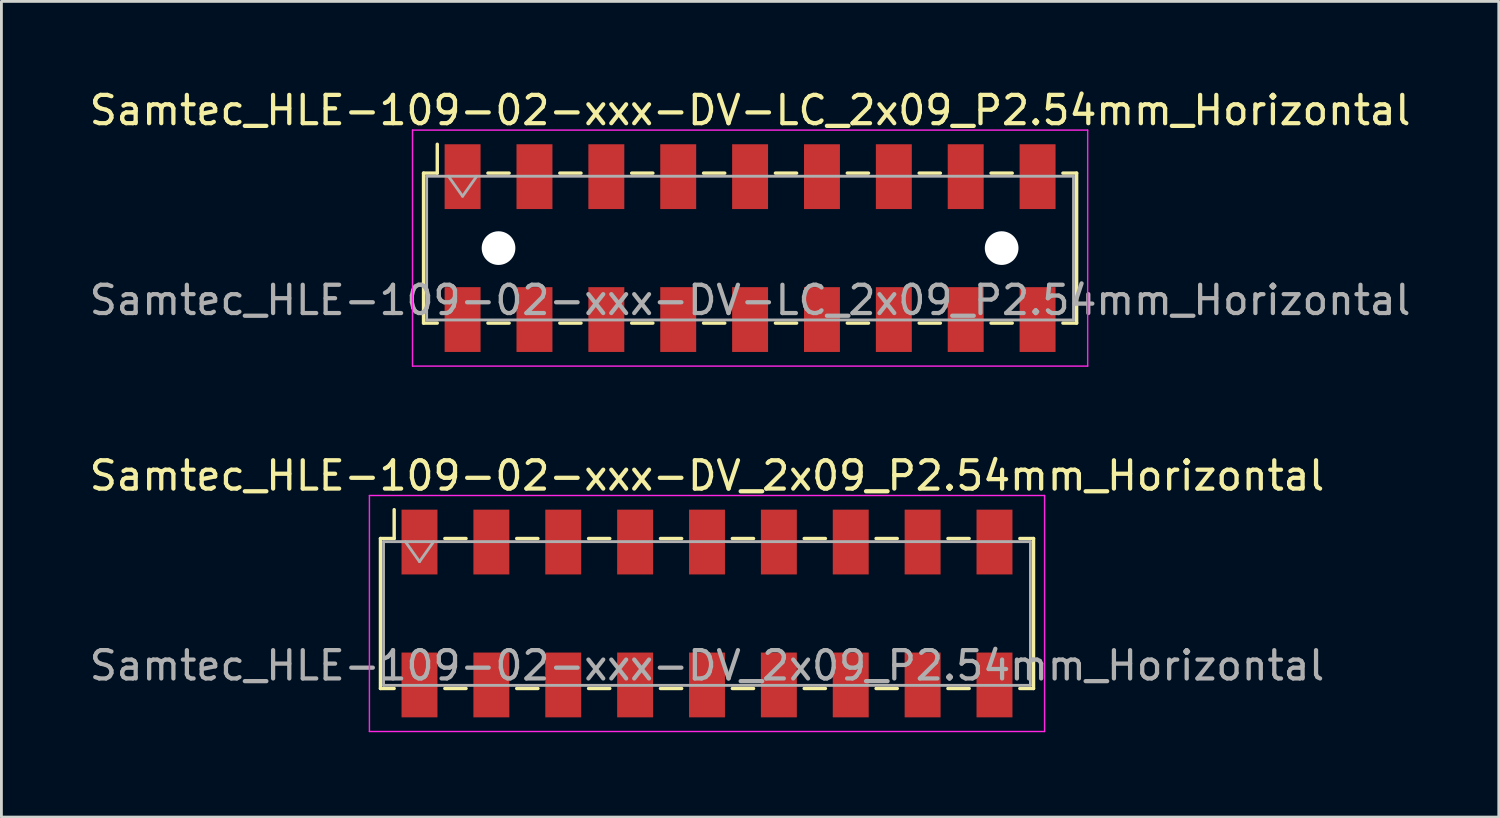
<source format=kicad_pcb>
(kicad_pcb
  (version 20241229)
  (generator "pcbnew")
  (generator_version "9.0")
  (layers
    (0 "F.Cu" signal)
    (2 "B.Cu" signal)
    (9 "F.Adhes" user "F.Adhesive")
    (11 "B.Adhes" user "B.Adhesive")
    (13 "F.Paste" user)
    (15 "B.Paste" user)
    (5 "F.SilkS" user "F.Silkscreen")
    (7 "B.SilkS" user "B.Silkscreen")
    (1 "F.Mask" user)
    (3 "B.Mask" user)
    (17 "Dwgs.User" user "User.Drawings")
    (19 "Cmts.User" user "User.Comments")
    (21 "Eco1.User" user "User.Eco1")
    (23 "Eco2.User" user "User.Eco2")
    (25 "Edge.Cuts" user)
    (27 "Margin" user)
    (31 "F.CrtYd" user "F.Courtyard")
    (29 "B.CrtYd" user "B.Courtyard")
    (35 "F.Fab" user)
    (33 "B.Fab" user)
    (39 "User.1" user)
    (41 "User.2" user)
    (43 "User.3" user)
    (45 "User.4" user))
  (footprint "Samtec_HLE-109-02-xxx-DV_2x09_P2.54mm_Horizontal"
    (layer "F.Cu")
    (at 21.935 18.631)
    (property "Reference" "Samtec_HLE-109-02-xxx-DV_2x09_P2.54mm_Horizontal" (at 0 -4.87 0) (layer "F.SilkS") (effects (font (size 1 1) (thickness 0.15))))
    (attr smd)
    (fp_line (start -11.54 -2.65) (end -11.54 2.65) (stroke (width 0.12) (type solid)) (layer "F.SilkS"))
    (fp_line (start -11.54 2.65) (end -11.055 2.65) (stroke (width 0.12) (type solid)) (layer "F.SilkS"))
    (fp_line (start -11.055 -3.67) (end -11.055 -2.65) (stroke (width 0.12) (type solid)) (layer "F.SilkS"))
    (fp_line (start -11.055 -2.65) (end -11.54 -2.65) (stroke (width 0.12) (type solid)) (layer "F.SilkS"))
    (fp_line (start -9.265 -2.65) (end -8.515 -2.65) (stroke (width 0.12) (type solid)) (layer "F.SilkS"))
    (fp_line (start -9.265 2.65) (end -8.515 2.65) (stroke (width 0.12) (type solid)) (layer "F.SilkS"))
    (fp_line (start -6.725 -2.65) (end -5.975 -2.65) (stroke (width 0.12) (type solid)) (layer "F.SilkS"))
    (fp_line (start -6.725 2.65) (end -5.975 2.65) (stroke (width 0.12) (type solid)) (layer "F.SilkS"))
    (fp_line (start -4.185 -2.65) (end -3.435 -2.65) (stroke (width 0.12) (type solid)) (layer "F.SilkS"))
    (fp_line (start -4.185 2.65) (end -3.435 2.65) (stroke (width 0.12) (type solid)) (layer "F.SilkS"))
    (fp_line (start -1.645 -2.65) (end -0.895 -2.65) (stroke (width 0.12) (type solid)) (layer "F.SilkS"))
    (fp_line (start -1.645 2.65) (end -0.895 2.65) (stroke (width 0.12) (type solid)) (layer "F.SilkS"))
    (fp_line (start 0.895 -2.65) (end 1.645 -2.65) (stroke (width 0.12) (type solid)) (layer "F.SilkS"))
    (fp_line (start 0.895 2.65) (end 1.645 2.65) (stroke (width 0.12) (type solid)) (layer "F.SilkS"))
    (fp_line (start 3.435 -2.65) (end 4.185 -2.65) (stroke (width 0.12) (type solid)) (layer "F.SilkS"))
    (fp_line (start 3.435 2.65) (end 4.185 2.65) (stroke (width 0.12) (type solid)) (layer "F.SilkS"))
    (fp_line (start 5.975 -2.65) (end 6.725 -2.65) (stroke (width 0.12) (type solid)) (layer "F.SilkS"))
    (fp_line (start 5.975 2.65) (end 6.725 2.65) (stroke (width 0.12) (type solid)) (layer "F.SilkS"))
    (fp_line (start 8.515 -2.65) (end 9.265 -2.65) (stroke (width 0.12) (type solid)) (layer "F.SilkS"))
    (fp_line (start 8.515 2.65) (end 9.265 2.65) (stroke (width 0.12) (type solid)) (layer "F.SilkS"))
    (fp_line (start 11.055 -2.65) (end 11.54 -2.65) (stroke (width 0.12) (type solid)) (layer "F.SilkS"))
    (fp_line (start 11.54 -2.65) (end 11.54 2.65) (stroke (width 0.12) (type solid)) (layer "F.SilkS"))
    (fp_line (start 11.54 2.65) (end 11.055 2.65) (stroke (width 0.12) (type solid)) (layer "F.SilkS"))
    (fp_line (start -11.93 -4.17) (end 11.93 -4.17) (stroke (width 0.05) (type solid)) (layer "F.CrtYd"))
    (fp_line (start -11.93 4.17) (end -11.93 -4.17) (stroke (width 0.05) (type solid)) (layer "F.CrtYd"))
    (fp_line (start 11.93 -4.17) (end 11.93 4.17) (stroke (width 0.05) (type solid)) (layer "F.CrtYd"))
    (fp_line (start 11.93 4.17) (end -11.93 4.17) (stroke (width 0.05) (type solid)) (layer "F.CrtYd"))
    (fp_line (start -11.43 -2.54) (end 11.43 -2.54) (stroke (width 0.1) (type solid)) (layer "F.Fab"))
    (fp_line (start -11.43 2.54) (end -11.43 -2.54) (stroke (width 0.1) (type solid)) (layer "F.Fab"))
    (fp_line (start -10.66 -2.54) (end -10.16 -1.833) (stroke (width 0.1) (type solid)) (layer "F.Fab"))
    (fp_line (start -10.16 -1.833) (end -9.66 -2.54) (stroke (width 0.1) (type solid)) (layer "F.Fab"))
    (fp_line (start 11.43 -2.54) (end 11.43 2.54) (stroke (width 0.1) (type solid)) (layer "F.Fab"))
    (fp_line (start 11.43 2.54) (end -11.43 2.54) (stroke (width 0.1) (type solid)) (layer "F.Fab"))
    (fp_text user "${REFERENCE}" (at 0 1.84 0) (layer "F.Fab") (effects (font (size 1 1) (thickness 0.15))))
    (pad "1" smd rect (at -10.16 -2.525) (size 1.27 2.29) (layers "F.Cu" "F.Mask" "F.Paste"))
    (pad "2" smd rect (at -10.16 2.525) (size 1.27 2.29) (layers "F.Cu" "F.Mask" "F.Paste"))
    (pad "3" smd rect (at -7.62 -2.525) (size 1.27 2.29) (layers "F.Cu" "F.Mask" "F.Paste"))
    (pad "4" smd rect (at -7.62 2.525) (size 1.27 2.29) (layers "F.Cu" "F.Mask" "F.Paste"))
    (pad "5" smd rect (at -5.08 -2.525) (size 1.27 2.29) (layers "F.Cu" "F.Mask" "F.Paste"))
    (pad "6" smd rect (at -5.08 2.525) (size 1.27 2.29) (layers "F.Cu" "F.Mask" "F.Paste"))
    (pad "7" smd rect (at -2.54 -2.525) (size 1.27 2.29) (layers "F.Cu" "F.Mask" "F.Paste"))
    (pad "8" smd rect (at -2.54 2.525) (size 1.27 2.29) (layers "F.Cu" "F.Mask" "F.Paste"))
    (pad "9" smd rect (at 0 -2.525) (size 1.27 2.29) (layers "F.Cu" "F.Mask" "F.Paste"))
    (pad "10" smd rect (at 0 2.525) (size 1.27 2.29) (layers "F.Cu" "F.Mask" "F.Paste"))
    (pad "11" smd rect (at 2.54 -2.525) (size 1.27 2.29) (layers "F.Cu" "F.Mask" "F.Paste"))
    (pad "12" smd rect (at 2.54 2.525) (size 1.27 2.29) (layers "F.Cu" "F.Mask" "F.Paste"))
    (pad "13" smd rect (at 5.08 -2.525) (size 1.27 2.29) (layers "F.Cu" "F.Mask" "F.Paste"))
    (pad "14" smd rect (at 5.08 2.525) (size 1.27 2.29) (layers "F.Cu" "F.Mask" "F.Paste"))
    (pad "15" smd rect (at 7.62 -2.525) (size 1.27 2.29) (layers "F.Cu" "F.Mask" "F.Paste"))
    (pad "16" smd rect (at 7.62 2.525) (size 1.27 2.29) (layers "F.Cu" "F.Mask" "F.Paste"))
    (pad "17" smd rect (at 10.16 -2.525) (size 1.27 2.29) (layers "F.Cu" "F.Mask" "F.Paste"))
    (pad "18" smd rect (at 10.16 2.525) (size 1.27 2.29) (layers "F.Cu" "F.Mask" "F.Paste")))
  (footprint "Samtec_HLE-109-02-xxx-DV-LC_2x09_P2.54mm_Horizontal"
    (layer "F.Cu")
    (at 23.458 5.718)
    (property "Reference" "Samtec_HLE-109-02-xxx-DV-LC_2x09_P2.54mm_Horizontal" (at 0 -4.87 0) (layer "F.SilkS") (effects (font (size 1 1) (thickness 0.15))))
    (attr smd)
    (fp_line (start -11.54 -2.65) (end -11.54 2.65) (stroke (width 0.12) (type solid)) (layer "F.SilkS"))
    (fp_line (start -11.54 2.65) (end -11.055 2.65) (stroke (width 0.12) (type solid)) (layer "F.SilkS"))
    (fp_line (start -11.055 -3.67) (end -11.055 -2.65) (stroke (width 0.12) (type solid)) (layer "F.SilkS"))
    (fp_line (start -11.055 -2.65) (end -11.54 -2.65) (stroke (width 0.12) (type solid)) (layer "F.SilkS"))
    (fp_line (start -9.265 -2.65) (end -8.515 -2.65) (stroke (width 0.12) (type solid)) (layer "F.SilkS"))
    (fp_line (start -9.265 2.65) (end -8.515 2.65) (stroke (width 0.12) (type solid)) (layer "F.SilkS"))
    (fp_line (start -6.725 -2.65) (end -5.975 -2.65) (stroke (width 0.12) (type solid)) (layer "F.SilkS"))
    (fp_line (start -6.725 2.65) (end -5.975 2.65) (stroke (width 0.12) (type solid)) (layer "F.SilkS"))
    (fp_line (start -4.185 -2.65) (end -3.435 -2.65) (stroke (width 0.12) (type solid)) (layer "F.SilkS"))
    (fp_line (start -4.185 2.65) (end -3.435 2.65) (stroke (width 0.12) (type solid)) (layer "F.SilkS"))
    (fp_line (start -1.645 -2.65) (end -0.895 -2.65) (stroke (width 0.12) (type solid)) (layer "F.SilkS"))
    (fp_line (start -1.645 2.65) (end -0.895 2.65) (stroke (width 0.12) (type solid)) (layer "F.SilkS"))
    (fp_line (start 0.895 -2.65) (end 1.645 -2.65) (stroke (width 0.12) (type solid)) (layer "F.SilkS"))
    (fp_line (start 0.895 2.65) (end 1.645 2.65) (stroke (width 0.12) (type solid)) (layer "F.SilkS"))
    (fp_line (start 3.435 -2.65) (end 4.185 -2.65) (stroke (width 0.12) (type solid)) (layer "F.SilkS"))
    (fp_line (start 3.435 2.65) (end 4.185 2.65) (stroke (width 0.12) (type solid)) (layer "F.SilkS"))
    (fp_line (start 5.975 -2.65) (end 6.725 -2.65) (stroke (width 0.12) (type solid)) (layer "F.SilkS"))
    (fp_line (start 5.975 2.65) (end 6.725 2.65) (stroke (width 0.12) (type solid)) (layer "F.SilkS"))
    (fp_line (start 8.515 -2.65) (end 9.265 -2.65) (stroke (width 0.12) (type solid)) (layer "F.SilkS"))
    (fp_line (start 8.515 2.65) (end 9.265 2.65) (stroke (width 0.12) (type solid)) (layer "F.SilkS"))
    (fp_line (start 11.055 -2.65) (end 11.54 -2.65) (stroke (width 0.12) (type solid)) (layer "F.SilkS"))
    (fp_line (start 11.54 -2.65) (end 11.54 2.65) (stroke (width 0.12) (type solid)) (layer "F.SilkS"))
    (fp_line (start 11.54 2.65) (end 11.055 2.65) (stroke (width 0.12) (type solid)) (layer "F.SilkS"))
    (fp_line (start -11.93 -4.17) (end 11.93 -4.17) (stroke (width 0.05) (type solid)) (layer "F.CrtYd"))
    (fp_line (start -11.93 4.17) (end -11.93 -4.17) (stroke (width 0.05) (type solid)) (layer "F.CrtYd"))
    (fp_line (start 11.93 -4.17) (end 11.93 4.17) (stroke (width 0.05) (type solid)) (layer "F.CrtYd"))
    (fp_line (start 11.93 4.17) (end -11.93 4.17) (stroke (width 0.05) (type solid)) (layer "F.CrtYd"))
    (fp_line (start -11.43 -2.54) (end 11.43 -2.54) (stroke (width 0.1) (type solid)) (layer "F.Fab"))
    (fp_line (start -11.43 2.54) (end -11.43 -2.54) (stroke (width 0.1) (type solid)) (layer "F.Fab"))
    (fp_line (start -10.66 -2.54) (end -10.16 -1.833) (stroke (width 0.1) (type solid)) (layer "F.Fab"))
    (fp_line (start -10.16 -1.833) (end -9.66 -2.54) (stroke (width 0.1) (type solid)) (layer "F.Fab"))
    (fp_line (start 11.43 -2.54) (end 11.43 2.54) (stroke (width 0.1) (type solid)) (layer "F.Fab"))
    (fp_line (start 11.43 2.54) (end -11.43 2.54) (stroke (width 0.1) (type solid)) (layer "F.Fab"))
    (fp_text user "${REFERENCE}" (at 0 1.84 0) (layer "F.Fab") (effects (font (size 1 1) (thickness 0.15))))
    (pad "" np_thru_hole circle (at -8.89 0) (size 1.19 1.19) (drill 1.19) (layers "*.Cu" "*.Mask"))
    (pad "" np_thru_hole circle (at 8.89 0) (size 1.19 1.19) (drill 1.19) (layers "*.Cu" "*.Mask"))
    (pad "1" smd rect (at -10.16 -2.525) (size 1.27 2.29) (layers "F.Cu" "F.Mask" "F.Paste"))
    (pad "2" smd rect (at -10.16 2.525) (size 1.27 2.29) (layers "F.Cu" "F.Mask" "F.Paste"))
    (pad "3" smd rect (at -7.62 -2.525) (size 1.27 2.29) (layers "F.Cu" "F.Mask" "F.Paste"))
    (pad "4" smd rect (at -7.62 2.525) (size 1.27 2.29) (layers "F.Cu" "F.Mask" "F.Paste"))
    (pad "5" smd rect (at -5.08 -2.525) (size 1.27 2.29) (layers "F.Cu" "F.Mask" "F.Paste"))
    (pad "6" smd rect (at -5.08 2.525) (size 1.27 2.29) (layers "F.Cu" "F.Mask" "F.Paste"))
    (pad "7" smd rect (at -2.54 -2.525) (size 1.27 2.29) (layers "F.Cu" "F.Mask" "F.Paste"))
    (pad "8" smd rect (at -2.54 2.525) (size 1.27 2.29) (layers "F.Cu" "F.Mask" "F.Paste"))
    (pad "9" smd rect (at 0 -2.525) (size 1.27 2.29) (layers "F.Cu" "F.Mask" "F.Paste"))
    (pad "10" smd rect (at 0 2.525) (size 1.27 2.29) (layers "F.Cu" "F.Mask" "F.Paste"))
    (pad "11" smd rect (at 2.54 -2.525) (size 1.27 2.29) (layers "F.Cu" "F.Mask" "F.Paste"))
    (pad "12" smd rect (at 2.54 2.525) (size 1.27 2.29) (layers "F.Cu" "F.Mask" "F.Paste"))
    (pad "13" smd rect (at 5.08 -2.525) (size 1.27 2.29) (layers "F.Cu" "F.Mask" "F.Paste"))
    (pad "14" smd rect (at 5.08 2.525) (size 1.27 2.29) (layers "F.Cu" "F.Mask" "F.Paste"))
    (pad "15" smd rect (at 7.62 -2.525) (size 1.27 2.29) (layers "F.Cu" "F.Mask" "F.Paste"))
    (pad "16" smd rect (at 7.62 2.525) (size 1.27 2.29) (layers "F.Cu" "F.Mask" "F.Paste"))
    (pad "17" smd rect (at 10.16 -2.525) (size 1.27 2.29) (layers "F.Cu" "F.Mask" "F.Paste"))
    (pad "18" smd rect (at 10.16 2.525) (size 1.27 2.29) (layers "F.Cu" "F.Mask" "F.Paste")))
  (gr_rect
    (start -3 -3)
    (end 49.917 25.826)
    (stroke (width 0.1) (type default))
    (fill no)
    (layer "Edge.Cuts")))
</source>
